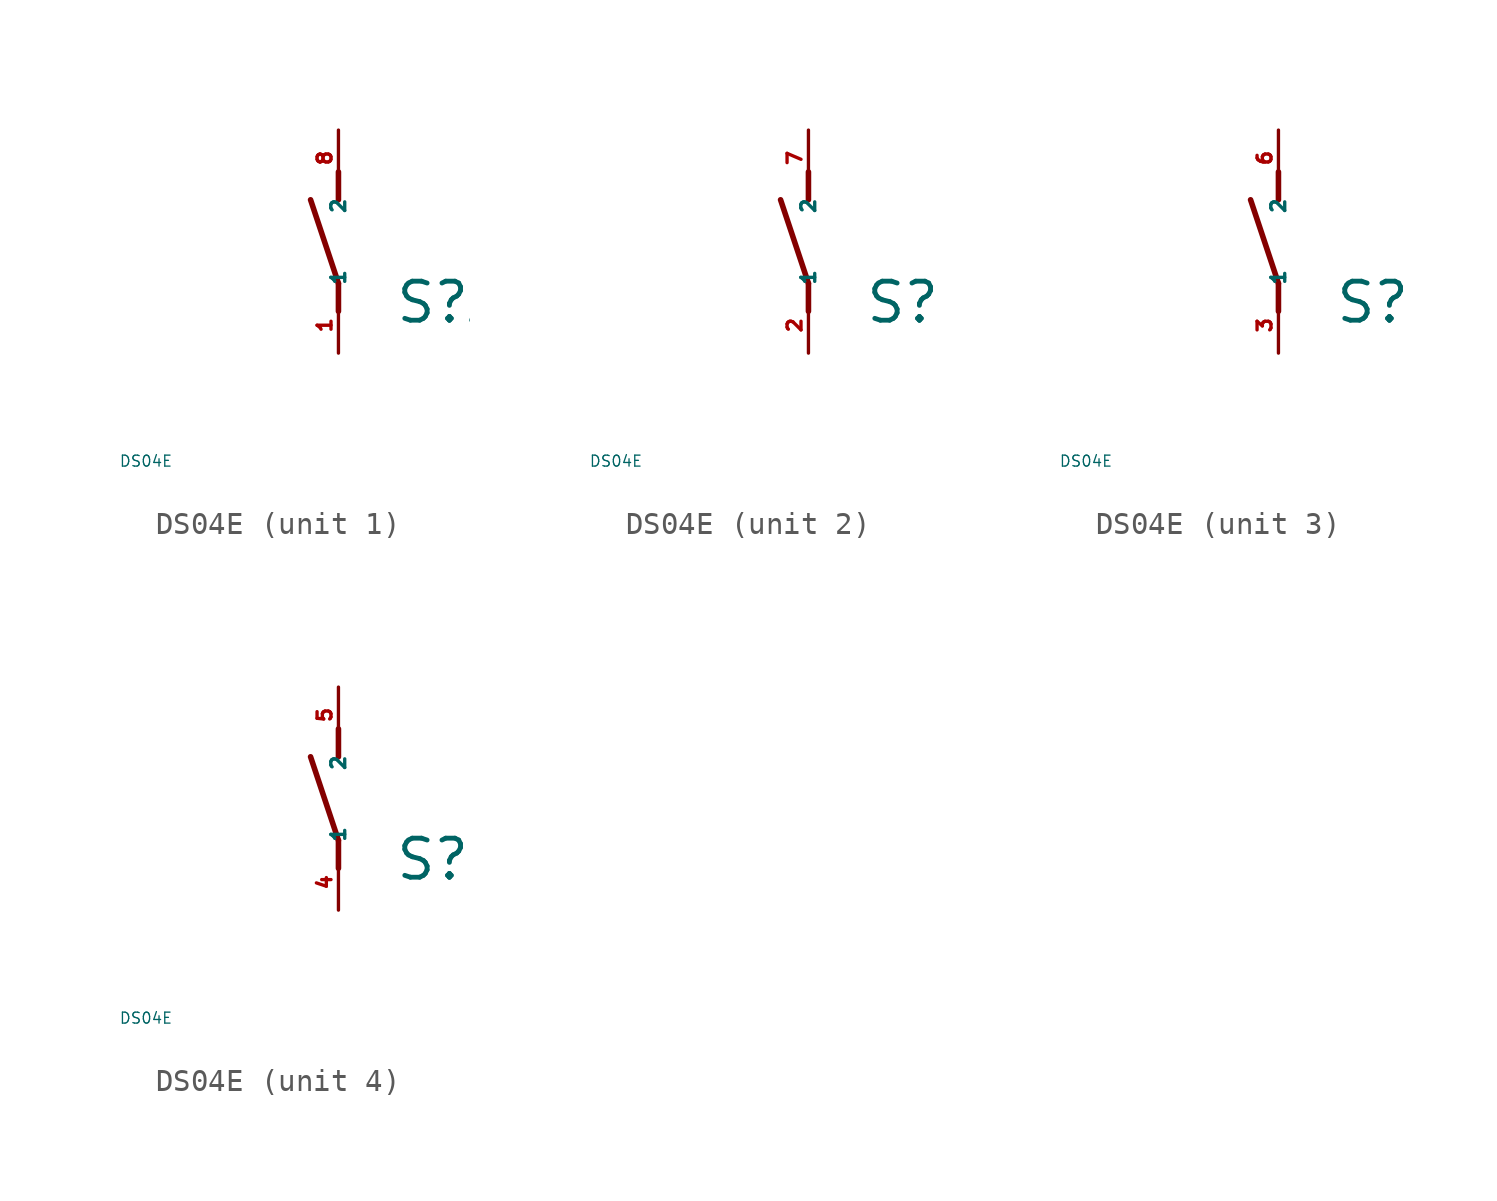
<source format=kicad_sym>
(kicad_symbol_lib
  (version 20220914)
  (generator Eagle2Kicad)
  (symbol "DS04E"
    (property "Reference" "S"
      (at 2.54 -3.81 0)
      (effects (font (size 1.778 1.778) (thickness 0.22)) (justify left bottom)))
    (property "Value" "DS04E"
      (at -10 -10 0)
      (effects (font (size 0.5 0.5) (thickness 0.06)) (justify left)))
    (symbol "DS04E_1_0"
      (polyline (pts (xy 0 -3.175) (xy 0 -1.905)) (stroke (width 0.254) (type default)) (fill (type none)))
      (polyline (pts (xy 0 -1.905) (xy -1.27 1.905)) (stroke (width 0.254) (type default)) (fill (type none)))
      (polyline (pts (xy 0 1.905) (xy 0 3.175)) (stroke (width 0.254) (type default)) (fill (type none)))
      (pin passive line (at 0 -5.08 90) (length 2.54) (name "1" (effects (font (size 0.635 0.635) (thickness 0.08)) (justify left bottom))) (number "1" (effects (font (size 0.635 0.635) (thickness 0.08)) (justify left bottom))))
      (pin passive line (at 0 5.08 270) (length 2.54) (name "2" (effects (font (size 0.635 0.635) (thickness 0.08)) (justify left bottom))) (number "8" (effects (font (size 0.635 0.635) (thickness 0.08)) (justify left bottom)))))
    (symbol "DS04E_2_0"
      (polyline (pts (xy 0 -3.175) (xy 0 -1.905)) (stroke (width 0.254) (type default)) (fill (type none)))
      (polyline (pts (xy 0 -1.905) (xy -1.27 1.905)) (stroke (width 0.254) (type default)) (fill (type none)))
      (polyline (pts (xy 0 1.905) (xy 0 3.175)) (stroke (width 0.254) (type default)) (fill (type none)))
      (pin passive line (at 0 -5.08 90) (length 2.54) (name "1" (effects (font (size 0.635 0.635) (thickness 0.08)) (justify left bottom))) (number "2" (effects (font (size 0.635 0.635) (thickness 0.08)) (justify left bottom))))
      (pin passive line (at 0 5.08 270) (length 2.54) (name "2" (effects (font (size 0.635 0.635) (thickness 0.08)) (justify left bottom))) (number "7" (effects (font (size 0.635 0.635) (thickness 0.08)) (justify left bottom)))))
    (symbol "DS04E_3_0"
      (polyline (pts (xy 0 -3.175) (xy 0 -1.905)) (stroke (width 0.254) (type default)) (fill (type none)))
      (polyline (pts (xy 0 -1.905) (xy -1.27 1.905)) (stroke (width 0.254) (type default)) (fill (type none)))
      (polyline (pts (xy 0 1.905) (xy 0 3.175)) (stroke (width 0.254) (type default)) (fill (type none)))
      (pin passive line (at 0 -5.08 90) (length 2.54) (name "1" (effects (font (size 0.635 0.635) (thickness 0.08)) (justify left bottom))) (number "3" (effects (font (size 0.635 0.635) (thickness 0.08)) (justify left bottom))))
      (pin passive line (at 0 5.08 270) (length 2.54) (name "2" (effects (font (size 0.635 0.635) (thickness 0.08)) (justify left bottom))) (number "6" (effects (font (size 0.635 0.635) (thickness 0.08)) (justify left bottom)))))
    (symbol "DS04E_4_0"
      (polyline (pts (xy 0 -3.175) (xy 0 -1.905)) (stroke (width 0.254) (type default)) (fill (type none)))
      (polyline (pts (xy 0 -1.905) (xy -1.27 1.905)) (stroke (width 0.254) (type default)) (fill (type none)))
      (polyline (pts (xy 0 1.905) (xy 0 3.175)) (stroke (width 0.254) (type default)) (fill (type none)))
      (pin passive line (at 0 -5.08 90) (length 2.54) (name "1" (effects (font (size 0.635 0.635) (thickness 0.08)) (justify left bottom))) (number "4" (effects (font (size 0.635 0.635) (thickness 0.08)) (justify left bottom))))
      (pin passive line (at 0 5.08 270) (length 2.54) (name "2" (effects (font (size 0.635 0.635) (thickness 0.08)) (justify left bottom))) (number "5" (effects (font (size 0.635 0.635) (thickness 0.08)) (justify left bottom)))))))
</source>
